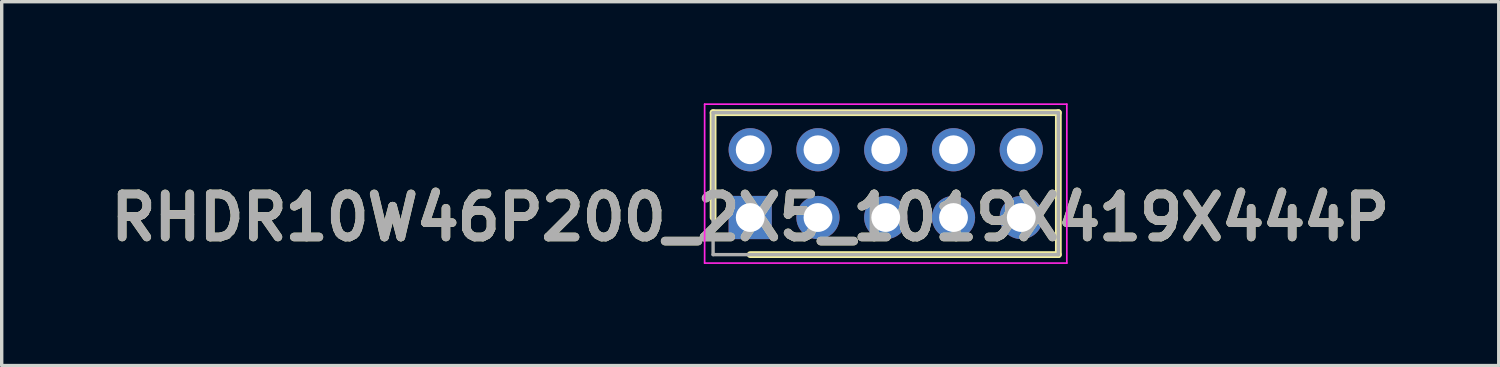
<source format=kicad_pcb>
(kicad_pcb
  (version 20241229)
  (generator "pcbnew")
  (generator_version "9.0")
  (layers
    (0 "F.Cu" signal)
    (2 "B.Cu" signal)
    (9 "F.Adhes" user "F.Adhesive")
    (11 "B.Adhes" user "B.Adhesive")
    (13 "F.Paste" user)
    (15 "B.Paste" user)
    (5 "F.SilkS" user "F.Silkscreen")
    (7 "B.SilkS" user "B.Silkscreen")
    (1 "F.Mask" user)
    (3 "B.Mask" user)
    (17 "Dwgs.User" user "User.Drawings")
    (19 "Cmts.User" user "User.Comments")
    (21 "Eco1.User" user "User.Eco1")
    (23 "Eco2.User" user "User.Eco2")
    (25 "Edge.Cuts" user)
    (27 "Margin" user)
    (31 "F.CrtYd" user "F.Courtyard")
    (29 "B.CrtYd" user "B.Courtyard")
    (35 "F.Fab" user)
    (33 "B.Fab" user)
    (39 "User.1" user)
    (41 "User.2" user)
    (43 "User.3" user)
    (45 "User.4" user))
  (footprint "RHDR10W46P200_2X5_1019X419X444P"
    (layer "F.Cu")
    (at 19.092 3.37)
    (property "Reference" "RHDR10W46P200_2X5_1019X419X444P" (at 0 0 0) (layer "F.SilkS") (effects (font (size 1.27 1.27) (thickness 0.254))))
    (attr through_hole)
    (fp_line (start -1.095 -3.095) (end -1.095 0) (stroke (width 0.2) (type solid)) (layer "F.SilkS"))
    (fp_line (start 0 1.095) (end 9.095 1.095) (stroke (width 0.2) (type solid)) (layer "F.SilkS"))
    (fp_line (start 9.095 -3.095) (end -1.095 -3.095) (stroke (width 0.2) (type solid)) (layer "F.SilkS"))
    (fp_line (start 9.095 1.095) (end 9.095 -3.095) (stroke (width 0.2) (type solid)) (layer "F.SilkS"))
    (fp_line (start -1.345 -3.345) (end 9.345 -3.345) (stroke (width 0.05) (type solid)) (layer "F.CrtYd"))
    (fp_line (start -1.345 1.345) (end -1.345 -3.345) (stroke (width 0.05) (type solid)) (layer "F.CrtYd"))
    (fp_line (start 9.345 -3.345) (end 9.345 1.345) (stroke (width 0.05) (type solid)) (layer "F.CrtYd"))
    (fp_line (start 9.345 1.345) (end -1.345 1.345) (stroke (width 0.05) (type solid)) (layer "F.CrtYd"))
    (fp_line (start -1.095 -3.095) (end 9.095 -3.095) (stroke (width 0.1) (type solid)) (layer "F.Fab"))
    (fp_line (start -1.095 1.095) (end -1.095 -3.095) (stroke (width 0.1) (type solid)) (layer "F.Fab"))
    (fp_line (start 9.095 -3.095) (end 9.095 1.095) (stroke (width 0.1) (type solid)) (layer "F.Fab"))
    (fp_line (start 9.095 1.095) (end -1.095 1.095) (stroke (width 0.1) (type solid)) (layer "F.Fab"))
    (fp_text user "${REFERENCE}" (at 0 0 0) (layer "F.Fab") (effects (font (size 1.27 1.27) (thickness 0.254))))
    (pad "1" thru_hole rect (at 0 0) (size 1.275 1.275) (drill 0.85) (layers "*.Cu" "*.Mask"))
    (pad "2" thru_hole circle (at 0 -2) (size 1.275 1.275) (drill 0.85) (layers "*.Cu" "*.Mask"))
    (pad "3" thru_hole circle (at 2 0) (size 1.275 1.275) (drill 0.85) (layers "*.Cu" "*.Mask"))
    (pad "4" thru_hole circle (at 2 -2) (size 1.275 1.275) (drill 0.85) (layers "*.Cu" "*.Mask"))
    (pad "5" thru_hole circle (at 4 0) (size 1.275 1.275) (drill 0.85) (layers "*.Cu" "*.Mask"))
    (pad "6" thru_hole circle (at 4 -2) (size 1.275 1.275) (drill 0.85) (layers "*.Cu" "*.Mask"))
    (pad "7" thru_hole circle (at 6 0) (size 1.275 1.275) (drill 0.85) (layers "*.Cu" "*.Mask"))
    (pad "8" thru_hole circle (at 6 -2) (size 1.275 1.275) (drill 0.85) (layers "*.Cu" "*.Mask"))
    (pad "9" thru_hole circle (at 8 0) (size 1.275 1.275) (drill 0.85) (layers "*.Cu" "*.Mask"))
    (pad "10" thru_hole circle (at 8 -2) (size 1.275 1.275) (drill 0.85) (layers "*.Cu" "*.Mask")))
  (gr_rect
    (start -3 -3)
    (end 41.185 7.74)
    (stroke (width 0.1) (type default))
    (fill no)
    (layer "Edge.Cuts")))
</source>
